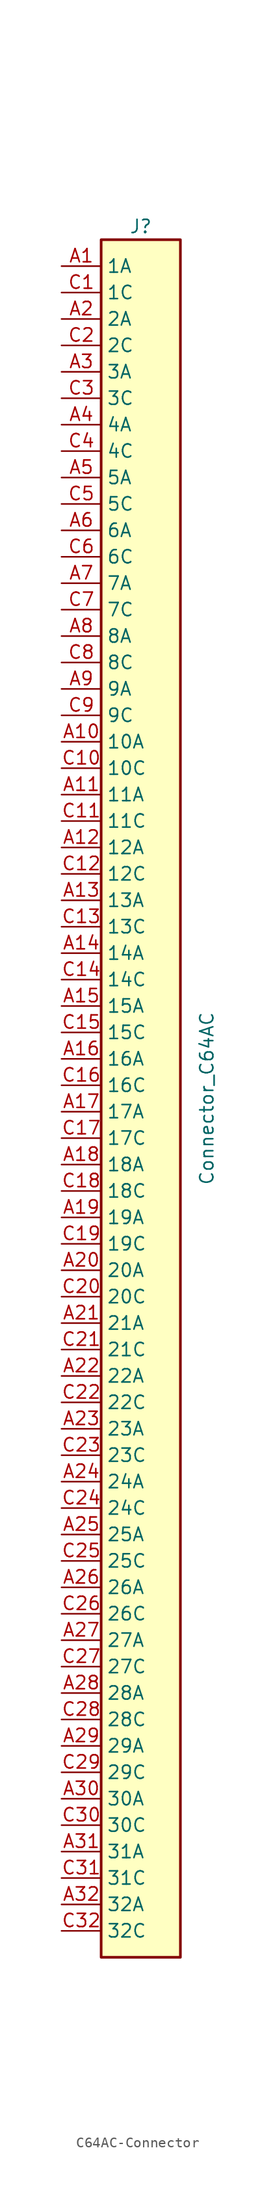
<source format=kicad_sym>
(kicad_symbol_lib
  (version 20220914)
  (generator kicad_symbol_editor)
  (symbol "C64AC-Connector"
    (property "Reference" "J"
      (at 0 85.09 0)
      (effects (font (size 1.27 1.27))))
    (property "Value" "Connector_C64AC"
      (at 6.35 1.27 90)
      (effects (font (size 1.27 1.27))))
    (symbol "C64AC-Connector_0_1"
      (rectangle (start -3.81 -81.28) (end 3.81 83.82) (stroke (width 0.254) (type solid)) (fill (type background))))
    (symbol "C64AC-Connector_1_1"
      (pin passive line (at -7.62 81.28 0) (length 3.81) (name "1A" (effects (font (size 1.27 1.27)))) (number "A1" (effects (font (size 1.27 1.27)))))
      (pin passive line (at -7.62 35.56 0) (length 3.81) (name "10A" (effects (font (size 1.27 1.27)))) (number "A10" (effects (font (size 1.27 1.27)))))
      (pin passive line (at -7.62 30.48 0) (length 3.81) (name "11A" (effects (font (size 1.27 1.27)))) (number "A11" (effects (font (size 1.27 1.27)))))
      (pin passive line (at -7.62 25.4 0) (length 3.81) (name "12A" (effects (font (size 1.27 1.27)))) (number "A12" (effects (font (size 1.27 1.27)))))
      (pin passive line (at -7.62 20.32 0) (length 3.81) (name "13A" (effects (font (size 1.27 1.27)))) (number "A13" (effects (font (size 1.27 1.27)))))
      (pin passive line (at -7.62 15.24 0) (length 3.81) (name "14A" (effects (font (size 1.27 1.27)))) (number "A14" (effects (font (size 1.27 1.27)))))
      (pin passive line (at -7.62 10.16 0) (length 3.81) (name "15A" (effects (font (size 1.27 1.27)))) (number "A15" (effects (font (size 1.27 1.27)))))
      (pin passive line (at -7.62 5.08 0) (length 3.81) (name "16A" (effects (font (size 1.27 1.27)))) (number "A16" (effects (font (size 1.27 1.27)))))
      (pin passive line (at -7.62 0 0) (length 3.81) (name "17A" (effects (font (size 1.27 1.27)))) (number "A17" (effects (font (size 1.27 1.27)))))
      (pin passive line (at -7.62 -5.08 0) (length 3.81) (name "18A" (effects (font (size 1.27 1.27)))) (number "A18" (effects (font (size 1.27 1.27)))))
      (pin passive line (at -7.62 -10.16 0) (length 3.81) (name "19A" (effects (font (size 1.27 1.27)))) (number "A19" (effects (font (size 1.27 1.27)))))
      (pin passive line (at -7.62 76.2 0) (length 3.81) (name "2A" (effects (font (size 1.27 1.27)))) (number "A2" (effects (font (size 1.27 1.27)))))
      (pin passive line (at -7.62 -15.24 0) (length 3.81) (name "20A" (effects (font (size 1.27 1.27)))) (number "A20" (effects (font (size 1.27 1.27)))))
      (pin passive line (at -7.62 -20.32 0) (length 3.81) (name "21A" (effects (font (size 1.27 1.27)))) (number "A21" (effects (font (size 1.27 1.27)))))
      (pin passive line (at -7.62 -25.4 0) (length 3.81) (name "22A" (effects (font (size 1.27 1.27)))) (number "A22" (effects (font (size 1.27 1.27)))))
      (pin passive line (at -7.62 -30.48 0) (length 3.81) (name "23A" (effects (font (size 1.27 1.27)))) (number "A23" (effects (font (size 1.27 1.27)))))
      (pin passive line (at -7.62 -35.56 0) (length 3.81) (name "24A" (effects (font (size 1.27 1.27)))) (number "A24" (effects (font (size 1.27 1.27)))))
      (pin passive line (at -7.62 -40.64 0) (length 3.81) (name "25A" (effects (font (size 1.27 1.27)))) (number "A25" (effects (font (size 1.27 1.27)))))
      (pin passive line (at -7.62 -45.72 0) (length 3.81) (name "26A" (effects (font (size 1.27 1.27)))) (number "A26" (effects (font (size 1.27 1.27)))))
      (pin passive line (at -7.62 -50.8 0) (length 3.81) (name "27A" (effects (font (size 1.27 1.27)))) (number "A27" (effects (font (size 1.27 1.27)))))
      (pin passive line (at -7.62 -55.88 0) (length 3.81) (name "28A" (effects (font (size 1.27 1.27)))) (number "A28" (effects (font (size 1.27 1.27)))))
      (pin passive line (at -7.62 -60.96 0) (length 3.81) (name "29A" (effects (font (size 1.27 1.27)))) (number "A29" (effects (font (size 1.27 1.27)))))
      (pin passive line (at -7.62 71.12 0) (length 3.81) (name "3A" (effects (font (size 1.27 1.27)))) (number "A3" (effects (font (size 1.27 1.27)))))
      (pin passive line (at -7.62 -66.04 0) (length 3.81) (name "30A" (effects (font (size 1.27 1.27)))) (number "A30" (effects (font (size 1.27 1.27)))))
      (pin passive line (at -7.62 -71.12 0) (length 3.81) (name "31A" (effects (font (size 1.27 1.27)))) (number "A31" (effects (font (size 1.27 1.27)))))
      (pin passive line (at -7.62 -76.2 0) (length 3.81) (name "32A" (effects (font (size 1.27 1.27)))) (number "A32" (effects (font (size 1.27 1.27)))))
      (pin passive line (at -7.62 66.04 0) (length 3.81) (name "4A" (effects (font (size 1.27 1.27)))) (number "A4" (effects (font (size 1.27 1.27)))))
      (pin passive line (at -7.62 60.96 0) (length 3.81) (name "5A" (effects (font (size 1.27 1.27)))) (number "A5" (effects (font (size 1.27 1.27)))))
      (pin passive line (at -7.62 55.88 0) (length 3.81) (name "6A" (effects (font (size 1.27 1.27)))) (number "A6" (effects (font (size 1.27 1.27)))))
      (pin passive line (at -7.62 50.8 0) (length 3.81) (name "7A" (effects (font (size 1.27 1.27)))) (number "A7" (effects (font (size 1.27 1.27)))))
      (pin passive line (at -7.62 45.72 0) (length 3.81) (name "8A" (effects (font (size 1.27 1.27)))) (number "A8" (effects (font (size 1.27 1.27)))))
      (pin passive line (at -7.62 40.64 0) (length 3.81) (name "9A" (effects (font (size 1.27 1.27)))) (number "A9" (effects (font (size 1.27 1.27)))))
      (pin passive line (at -7.62 78.74 0) (length 3.81) (name "1C" (effects (font (size 1.27 1.27)))) (number "C1" (effects (font (size 1.27 1.27)))))
      (pin passive line (at -7.62 33.02 0) (length 3.81) (name "10C" (effects (font (size 1.27 1.27)))) (number "C10" (effects (font (size 1.27 1.27)))))
      (pin passive line (at -7.62 27.94 0) (length 3.81) (name "11C" (effects (font (size 1.27 1.27)))) (number "C11" (effects (font (size 1.27 1.27)))))
      (pin passive line (at -7.62 22.86 0) (length 3.81) (name "12C" (effects (font (size 1.27 1.27)))) (number "C12" (effects (font (size 1.27 1.27)))))
      (pin passive line (at -7.62 17.78 0) (length 3.81) (name "13C" (effects (font (size 1.27 1.27)))) (number "C13" (effects (font (size 1.27 1.27)))))
      (pin passive line (at -7.62 12.7 0) (length 3.81) (name "14C" (effects (font (size 1.27 1.27)))) (number "C14" (effects (font (size 1.27 1.27)))))
      (pin passive line (at -7.62 7.62 0) (length 3.81) (name "15C" (effects (font (size 1.27 1.27)))) (number "C15" (effects (font (size 1.27 1.27)))))
      (pin passive line (at -7.62 2.54 0) (length 3.81) (name "16C" (effects (font (size 1.27 1.27)))) (number "C16" (effects (font (size 1.27 1.27)))))
      (pin passive line (at -7.62 -2.54 0) (length 3.81) (name "17C" (effects (font (size 1.27 1.27)))) (number "C17" (effects (font (size 1.27 1.27)))))
      (pin passive line (at -7.62 -7.62 0) (length 3.81) (name "18C" (effects (font (size 1.27 1.27)))) (number "C18" (effects (font (size 1.27 1.27)))))
      (pin passive line (at -7.62 -12.7 0) (length 3.81) (name "19C" (effects (font (size 1.27 1.27)))) (number "C19" (effects (font (size 1.27 1.27)))))
      (pin passive line (at -7.62 73.66 0) (length 3.81) (name "2C" (effects (font (size 1.27 1.27)))) (number "C2" (effects (font (size 1.27 1.27)))))
      (pin passive line (at -7.62 -17.78 0) (length 3.81) (name "20C" (effects (font (size 1.27 1.27)))) (number "C20" (effects (font (size 1.27 1.27)))))
      (pin passive line (at -7.62 -22.86 0) (length 3.81) (name "21C" (effects (font (size 1.27 1.27)))) (number "C21" (effects (font (size 1.27 1.27)))))
      (pin passive line (at -7.62 -27.94 0) (length 3.81) (name "22C" (effects (font (size 1.27 1.27)))) (number "C22" (effects (font (size 1.27 1.27)))))
      (pin passive line (at -7.62 -33.02 0) (length 3.81) (name "23C" (effects (font (size 1.27 1.27)))) (number "C23" (effects (font (size 1.27 1.27)))))
      (pin passive line (at -7.62 -38.1 0) (length 3.81) (name "24C" (effects (font (size 1.27 1.27)))) (number "C24" (effects (font (size 1.27 1.27)))))
      (pin passive line (at -7.62 -43.18 0) (length 3.81) (name "25C" (effects (font (size 1.27 1.27)))) (number "C25" (effects (font (size 1.27 1.27)))))
      (pin passive line (at -7.62 -48.26 0) (length 3.81) (name "26C" (effects (font (size 1.27 1.27)))) (number "C26" (effects (font (size 1.27 1.27)))))
      (pin passive line (at -7.62 -53.34 0) (length 3.81) (name "27C" (effects (font (size 1.27 1.27)))) (number "C27" (effects (font (size 1.27 1.27)))))
      (pin passive line (at -7.62 -58.42 0) (length 3.81) (name "28C" (effects (font (size 1.27 1.27)))) (number "C28" (effects (font (size 1.27 1.27)))))
      (pin passive line (at -7.62 -63.5 0) (length 3.81) (name "29C" (effects (font (size 1.27 1.27)))) (number "C29" (effects (font (size 1.27 1.27)))))
      (pin passive line (at -7.62 68.58 0) (length 3.81) (name "3C" (effects (font (size 1.27 1.27)))) (number "C3" (effects (font (size 1.27 1.27)))))
      (pin passive line (at -7.62 -68.58 0) (length 3.81) (name "30C" (effects (font (size 1.27 1.27)))) (number "C30" (effects (font (size 1.27 1.27)))))
      (pin passive line (at -7.62 -73.66 0) (length 3.81) (name "31C" (effects (font (size 1.27 1.27)))) (number "C31" (effects (font (size 1.27 1.27)))))
      (pin passive line (at -7.62 -78.74 0) (length 3.81) (name "32C" (effects (font (size 1.27 1.27)))) (number "C32" (effects (font (size 1.27 1.27)))))
      (pin passive line (at -7.62 63.5 0) (length 3.81) (name "4C" (effects (font (size 1.27 1.27)))) (number "C4" (effects (font (size 1.27 1.27)))))
      (pin passive line (at -7.62 58.42 0) (length 3.81) (name "5C" (effects (font (size 1.27 1.27)))) (number "C5" (effects (font (size 1.27 1.27)))))
      (pin passive line (at -7.62 53.34 0) (length 3.81) (name "6C" (effects (font (size 1.27 1.27)))) (number "C6" (effects (font (size 1.27 1.27)))))
      (pin passive line (at -7.62 48.26 0) (length 3.81) (name "7C" (effects (font (size 1.27 1.27)))) (number "C7" (effects (font (size 1.27 1.27)))))
      (pin passive line (at -7.62 43.18 0) (length 3.81) (name "8C" (effects (font (size 1.27 1.27)))) (number "C8" (effects (font (size 1.27 1.27)))))
      (pin passive line (at -7.62 38.1 0) (length 3.81) (name "9C" (effects (font (size 1.27 1.27)))) (number "C9" (effects (font (size 1.27 1.27))))))))
</source>
